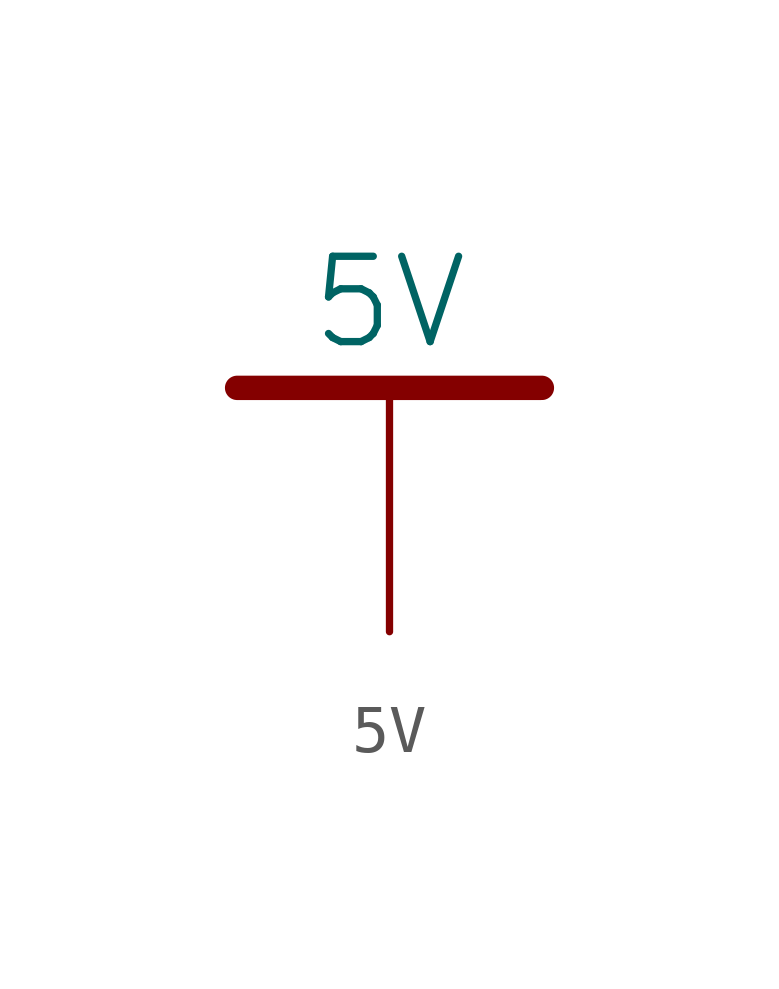
<source format=kicad_sym>
(kicad_symbol_lib
  (version 20211014)
  (generator kicad_symbol_editor)
  (symbol "5V"
    (pin_names
      (offset 1.016))
    (property "Reference" "U"
      (at 0 4.572 0)
      (effects (font (size 1.778 1.778)) hide))
    (property "Value" "5V"
      (at 0 1.778 0)
      (effects (font (size 1.778 1.778))))
    (symbol "5V_1_1"
      (polyline (pts (xy 0 -5.08) (xy 0 0)) (stroke (width 0) (type default) (color 0 0 0 0)) (fill (type none)))
      (polyline (pts (xy 3.175 0) (xy -3.175 0)) (stroke (width 0.508) (type default) (color 0 0 0 0)) (fill (type none)))
      (pin power_in line (at 0 -5.08 90) (length 5.08) hide (name "5V" (effects (font (size 1.27 1.27)))) (number "1" (effects (font (size 1.27 1.27))))))))
</source>
